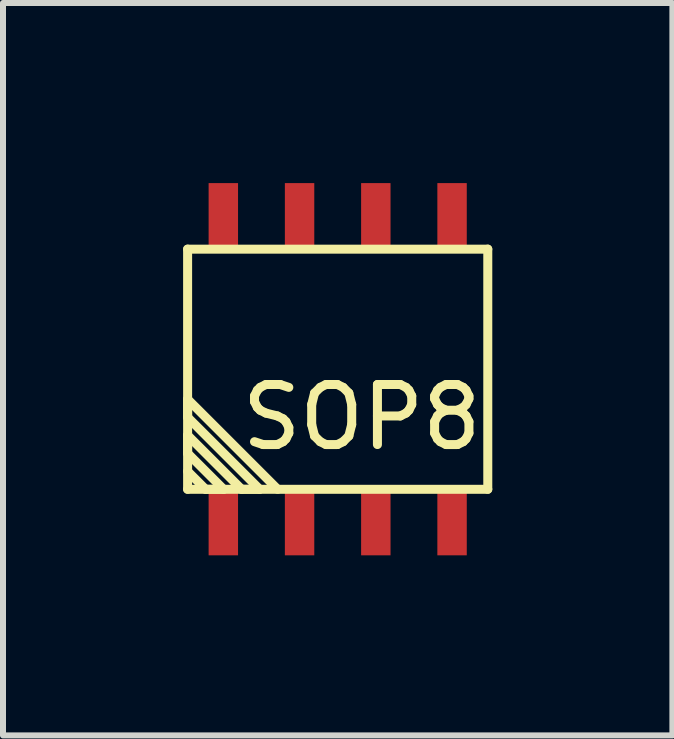
<source format=kicad_pcb>
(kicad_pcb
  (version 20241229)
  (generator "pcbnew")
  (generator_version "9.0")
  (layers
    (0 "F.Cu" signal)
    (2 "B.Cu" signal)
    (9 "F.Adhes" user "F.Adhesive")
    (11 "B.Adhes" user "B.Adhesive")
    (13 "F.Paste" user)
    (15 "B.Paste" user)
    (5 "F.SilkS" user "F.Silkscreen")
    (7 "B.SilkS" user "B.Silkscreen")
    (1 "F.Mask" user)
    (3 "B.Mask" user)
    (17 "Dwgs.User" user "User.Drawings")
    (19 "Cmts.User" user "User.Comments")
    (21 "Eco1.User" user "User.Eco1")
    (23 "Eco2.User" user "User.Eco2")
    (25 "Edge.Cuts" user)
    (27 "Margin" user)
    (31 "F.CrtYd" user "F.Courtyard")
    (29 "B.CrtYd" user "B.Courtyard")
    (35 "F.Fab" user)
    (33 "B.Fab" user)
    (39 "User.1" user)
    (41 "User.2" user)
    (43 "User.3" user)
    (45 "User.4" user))
  (footprint "SOP8"
    (layer "F.Cu")
    (at 2.575 3.1)
    (property "Reference" "SOP8" (at 0.4 0.8 0) (layer "F.SilkS") (effects (font (size 1 1) (thickness 0.15))))
    (attr through_hole)
    (fp_line (start -2.5 -2) (end 2.5 -2) (stroke (width 0.15) (type solid)) (layer "F.SilkS"))
    (fp_line (start -2.5 0.5) (end -1 2) (stroke (width 0.15) (type solid)) (layer "F.SilkS"))
    (fp_line (start -2.5 0.8) (end -2.5 0.5) (stroke (width 0.15) (type solid)) (layer "F.SilkS"))
    (fp_line (start -2.5 1.1) (end -1.6 2) (stroke (width 0.15) (type solid)) (layer "F.SilkS"))
    (fp_line (start -2.5 1.4) (end -2.5 1.1) (stroke (width 0.15) (type solid)) (layer "F.SilkS"))
    (fp_line (start -2.5 1.7) (end -2.2 2) (stroke (width 0.15) (type solid)) (layer "F.SilkS"))
    (fp_line (start -2.5 2) (end -2.5 -2) (stroke (width 0.15) (type solid)) (layer "F.SilkS"))
    (fp_line (start -2.2 2) (end -1.9 2) (stroke (width 0.15) (type solid)) (layer "F.SilkS"))
    (fp_line (start -1.9 2) (end -2.5 1.4) (stroke (width 0.15) (type solid)) (layer "F.SilkS"))
    (fp_line (start -1.6 2) (end -1.3 2) (stroke (width 0.15) (type solid)) (layer "F.SilkS"))
    (fp_line (start -1.3 2) (end -2.5 0.8) (stroke (width 0.15) (type solid)) (layer "F.SilkS"))
    (fp_line (start 2.5 -2) (end 2.5 2) (stroke (width 0.15) (type solid)) (layer "F.SilkS"))
    (fp_line (start 2.5 2) (end -2.5 2) (stroke (width 0.15) (type solid)) (layer "F.SilkS"))
    (pad "1" smd rect (at -1.905 2.55) (size 0.49 1.1) (layers "F.Cu" "F.Mask" "F.Paste"))
    (pad "2" smd rect (at -0.635 2.55) (size 0.49 1.1) (layers "F.Cu" "F.Mask" "F.Paste"))
    (pad "3" smd rect (at 0.635 2.55) (size 0.49 1.1) (layers "F.Cu" "F.Mask" "F.Paste"))
    (pad "4" smd rect (at 1.905 2.55) (size 0.49 1.1) (layers "F.Cu" "F.Mask" "F.Paste"))
    (pad "5" smd rect (at 1.905 -2.55) (size 0.49 1.1) (layers "F.Cu" "F.Mask" "F.Paste"))
    (pad "6" smd rect (at 0.635 -2.55) (size 0.49 1.1) (layers "F.Cu" "F.Mask" "F.Paste"))
    (pad "7" smd rect (at -0.635 -2.55) (size 0.49 1.1) (layers "F.Cu" "F.Mask" "F.Paste"))
    (pad "8" smd rect (at -1.905 -2.55) (size 0.49 1.1) (layers "F.Cu" "F.Mask" "F.Paste")))
  (gr_rect
    (start -3 -3)
    (end 8.15 9.2)
    (stroke (width 0.1) (type default))
    (fill no)
    (layer "Edge.Cuts")))
</source>
